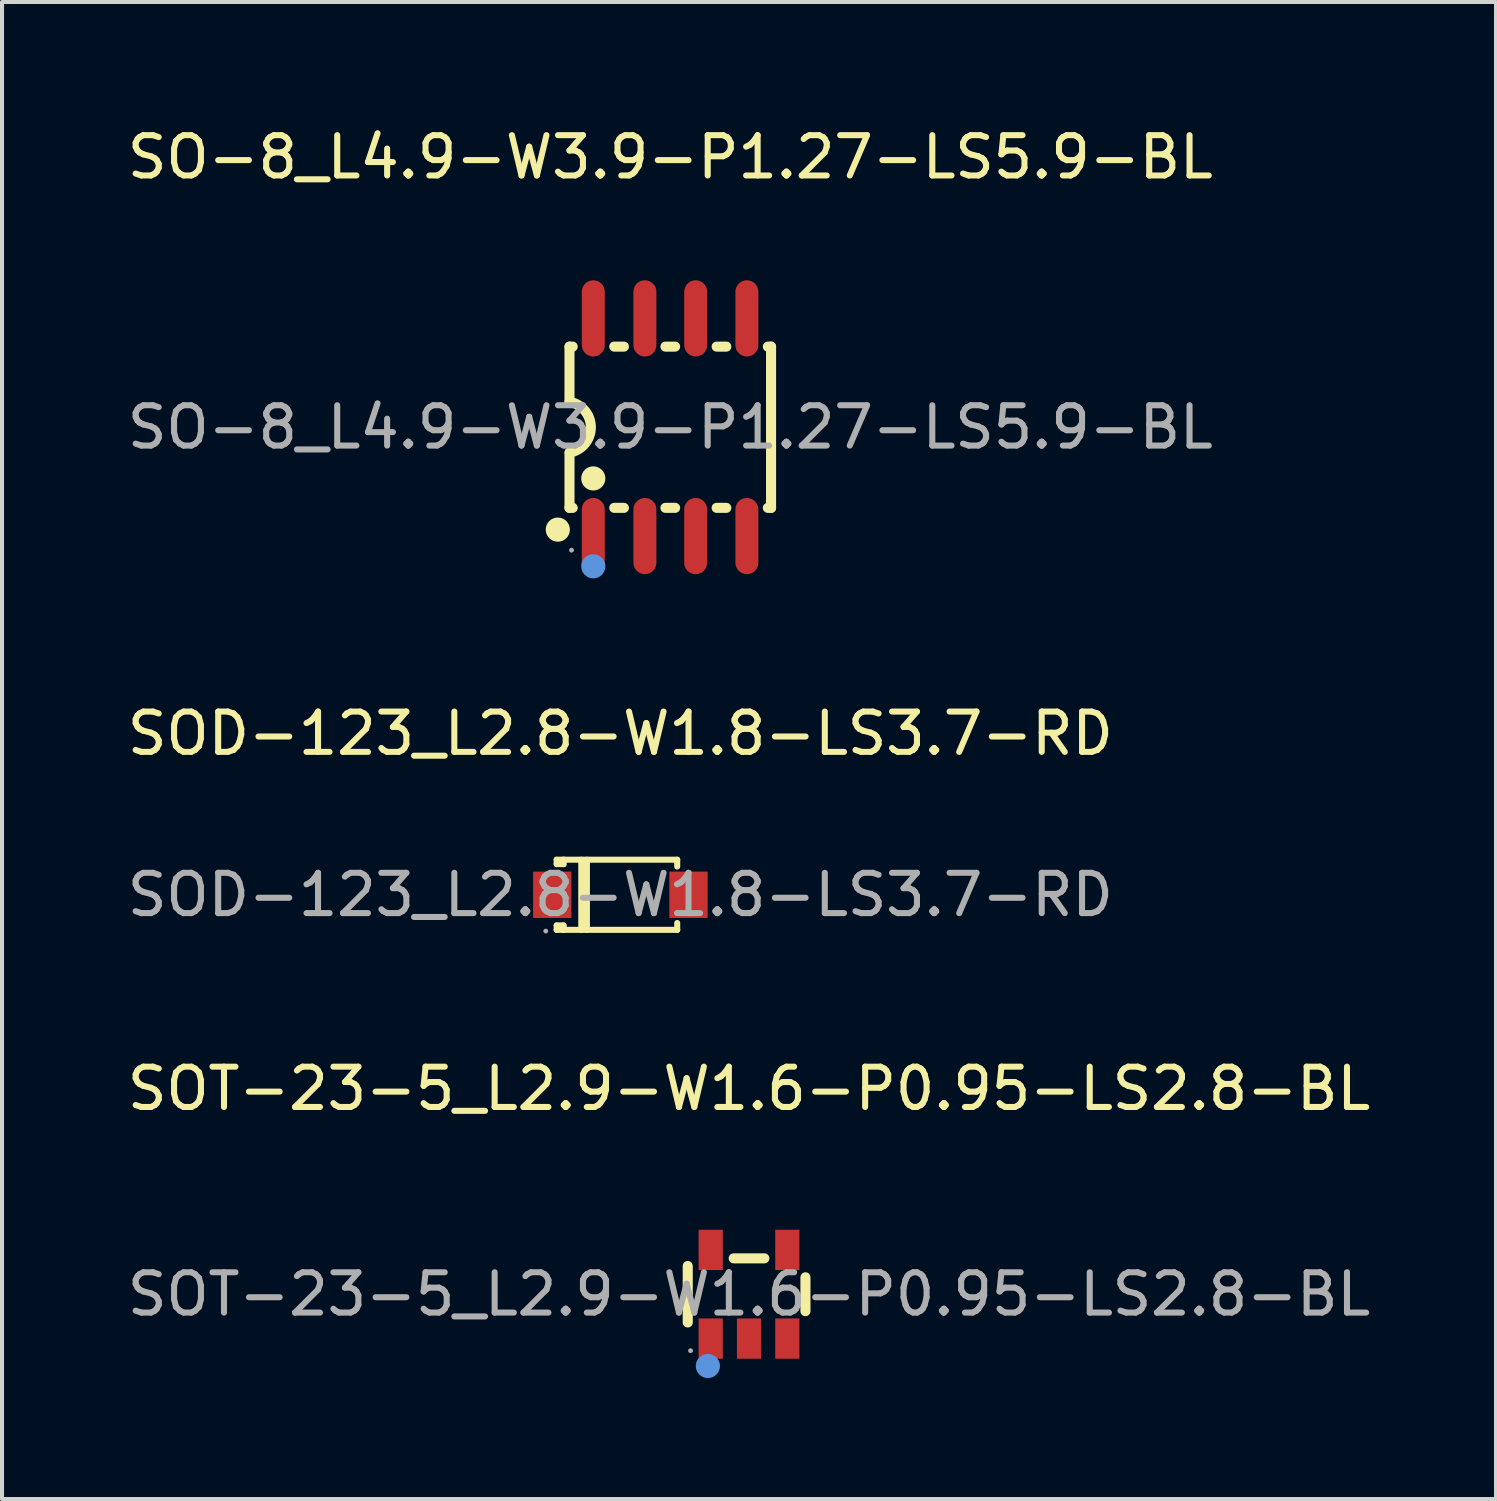
<source format=kicad_pcb>
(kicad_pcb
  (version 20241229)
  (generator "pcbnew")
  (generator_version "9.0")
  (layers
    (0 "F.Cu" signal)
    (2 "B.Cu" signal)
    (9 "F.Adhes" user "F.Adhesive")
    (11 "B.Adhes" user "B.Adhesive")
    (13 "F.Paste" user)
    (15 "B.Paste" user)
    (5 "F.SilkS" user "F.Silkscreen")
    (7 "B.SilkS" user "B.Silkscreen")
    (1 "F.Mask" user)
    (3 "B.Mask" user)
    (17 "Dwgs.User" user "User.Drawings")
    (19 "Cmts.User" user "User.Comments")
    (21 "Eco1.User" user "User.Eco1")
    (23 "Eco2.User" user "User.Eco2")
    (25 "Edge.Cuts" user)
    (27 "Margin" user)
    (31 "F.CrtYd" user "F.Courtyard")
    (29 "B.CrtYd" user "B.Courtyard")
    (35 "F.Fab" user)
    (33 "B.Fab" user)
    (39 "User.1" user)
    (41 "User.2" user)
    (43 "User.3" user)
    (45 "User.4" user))
  (footprint "SOD-123_L2.8-W1.8-LS3.7-RD"
    (layer "F.Cu")
    (at 12.339 19.146)
    (property "Reference" "SOD-123_L2.8-W1.8-LS3.7-RD" (at 0 -4 0) (layer "F.SilkS") (effects (font (size 1 1) (thickness 0.15))))
    (attr smd)
    (fp_line (start -1.58 -0.87) (end -1.41 -0.87) (stroke (width 0.15) (type solid)) (layer "F.SilkS"))
    (fp_line (start -1.58 -0.76) (end -1.58 -0.87) (stroke (width 0.15) (type solid)) (layer "F.SilkS"))
    (fp_line (start -1.58 -0.76) (end -1.41 -0.76) (stroke (width 0.15) (type solid)) (layer "F.SilkS"))
    (fp_line (start -1.58 0.76) (end -1.41 0.76) (stroke (width 0.15) (type solid)) (layer "F.SilkS"))
    (fp_line (start -1.58 0.87) (end -1.58 0.76) (stroke (width 0.15) (type solid)) (layer "F.SilkS"))
    (fp_line (start -1.41 -0.87) (end -1.41 -0.76) (stroke (width 0.15) (type solid)) (layer "F.SilkS"))
    (fp_line (start -1.41 -0.87) (end 1.41 -0.87) (stroke (width 0.15) (type solid)) (layer "F.SilkS"))
    (fp_line (start -1.41 0.76) (end -1.41 0.87) (stroke (width 0.15) (type solid)) (layer "F.SilkS"))
    (fp_line (start -1.41 0.87) (end -1.58 0.87) (stroke (width 0.15) (type solid)) (layer "F.SilkS"))
    (fp_line (start -1.41 0.87) (end 1.41 0.87) (stroke (width 0.15) (type solid)) (layer "F.SilkS"))
    (fp_line (start -0.97 -0.87) (end -0.97 0.87) (stroke (width 0.15) (type solid)) (layer "F.SilkS"))
    (fp_line (start -0.83 -0.87) (end -0.83 0.87) (stroke (width 0.15) (type solid)) (layer "F.SilkS"))
    (fp_line (start 1.41 -0.87) (end 1.41 -0.7) (stroke (width 0.15) (type solid)) (layer "F.SilkS"))
    (fp_line (start 1.41 0.87) (end 1.41 0.7) (stroke (width 0.15) (type solid)) (layer "F.SilkS"))
    (fp_circle (center -1.85 0.9) (end -1.82 0.9) (stroke (width 0.06) (type solid)) (fill no) (layer "F.Fab"))
    (fp_text user "${REFERENCE}" (at 0 0 0) (layer "F.Fab") (effects (font (size 1 1) (thickness 0.15))))
    (pad "1" smd rect (at -1.69 0) (size 0.95 1.15) (layers "F.Cu" "F.Mask" "F.Paste"))
    (pad "2" smd rect (at 1.69 0) (size 0.95 1.15) (layers "F.Cu" "F.Mask" "F.Paste")))
  (footprint "SOT-23-5_L2.9-W1.6-P0.95-LS2.8-BL"
    (layer "F.Cu")
    (at 15.53 29.055)
    (property "Reference" "SOT-23-5_L2.9-W1.6-P0.95-LS2.8-BL" (at 0 -5.1 0) (layer "F.SilkS") (effects (font (size 1 1) (thickness 0.15))))
    (attr smd)
    (fp_line (start -1.52 -0.7) (end -1.52 0.7) (stroke (width 0.25) (type solid)) (layer "F.SilkS"))
    (fp_line (start -0.38 -0.89) (end 0.38 -0.89) (stroke (width 0.25) (type solid)) (layer "F.SilkS"))
    (fp_line (start 1.4 -0.42) (end 1.4 0.42) (stroke (width 0.25) (type solid)) (layer "F.SilkS"))
    (fp_circle (center -1.02 1.78) (end -0.87 1.78) (stroke (width 0.3) (type solid)) (fill no) (layer "Cmts.User"))
    (fp_circle (center -1.45 1.4) (end -1.42 1.4) (stroke (width 0.06) (type solid)) (fill no) (layer "F.Fab"))
    (fp_text user "${REFERENCE}" (at 0 0 0) (layer "F.Fab") (effects (font (size 1 1) (thickness 0.15))))
    (pad "1" smd rect (at -0.95 1.1) (size 0.6 1) (layers "F.Cu" "F.Mask" "F.Paste"))
    (pad "2" smd rect (at 0 1.1) (size 0.6 1) (layers "F.Cu" "F.Mask" "F.Paste"))
    (pad "3" smd rect (at 0.95 1.1) (size 0.6 1) (layers "F.Cu" "F.Mask" "F.Paste"))
    (pad "4" smd rect (at 0.95 -1.1) (size 0.6 1) (layers "F.Cu" "F.Mask" "F.Paste"))
    (pad "5" smd rect (at -0.95 -1.1) (size 0.6 1) (layers "F.Cu" "F.Mask" "F.Paste")))
  (footprint "SO-8_L4.9-W3.9-P1.27-LS5.9-BL"
    (layer "F.Cu")
    (at 13.577 7.548)
    (property "Reference" "SO-8_L4.9-W3.9-P1.27-LS5.9-BL" (at 0 -6.7 0) (layer "F.SilkS") (effects (font (size 1 1) (thickness 0.15))))
    (attr smd)
    (fp_line (start -2.5 -2) (end -2.5 -0.63) (stroke (width 0.25) (type solid)) (layer "F.SilkS"))
    (fp_line (start -2.5 -2) (end -2.42 -2) (stroke (width 0.25) (type solid)) (layer "F.SilkS"))
    (fp_line (start -2.5 2) (end -2.5 0.63) (stroke (width 0.25) (type solid)) (layer "F.SilkS"))
    (fp_line (start -2.5 2) (end -2.42 2) (stroke (width 0.25) (type solid)) (layer "F.SilkS"))
    (fp_line (start -1.39 -2) (end -1.15 -2) (stroke (width 0.25) (type solid)) (layer "F.SilkS"))
    (fp_line (start -1.39 2) (end -1.15 2) (stroke (width 0.25) (type solid)) (layer "F.SilkS"))
    (fp_line (start -0.12 -2) (end 0.12 -2) (stroke (width 0.25) (type solid)) (layer "F.SilkS"))
    (fp_line (start -0.12 2) (end 0.12 2) (stroke (width 0.25) (type solid)) (layer "F.SilkS"))
    (fp_line (start 1.15 -2) (end 1.39 -2) (stroke (width 0.25) (type solid)) (layer "F.SilkS"))
    (fp_line (start 1.15 2) (end 1.39 2) (stroke (width 0.25) (type solid)) (layer "F.SilkS"))
    (fp_line (start 2.42 -2) (end 2.5 -2) (stroke (width 0.25) (type solid)) (layer "F.SilkS"))
    (fp_line (start 2.42 2) (end 2.5 2) (stroke (width 0.25) (type solid)) (layer "F.SilkS"))
    (fp_line (start 2.5 -2) (end 2.5 2) (stroke (width 0.25) (type solid)) (layer "F.SilkS"))
    (fp_arc (start -2.5 -0.63) (mid -1.970474 -0.002632) (end -2.494818 0.629073) (stroke (width 0.25) (type solid)) (layer "F.SilkS"))
    (fp_circle (center -2.79 2.54) (end -2.64 2.54) (stroke (width 0.3) (type solid)) (fill no) (layer "F.SilkS"))
    (fp_circle (center -1.91 1.27) (end -1.76 1.27) (stroke (width 0.3) (type solid)) (fill no) (layer "F.SilkS"))
    (fp_circle (center -1.91 3.45) (end -1.76 3.45) (stroke (width 0.3) (type solid)) (fill no) (layer "Cmts.User"))
    (fp_circle (center -2.45 3.05) (end -2.42 3.05) (stroke (width 0.06) (type solid)) (fill no) (layer "F.Fab"))
    (fp_text user "${REFERENCE}" (at 0 0 0) (layer "F.Fab") (effects (font (size 1 1) (thickness 0.15))))
    (pad "1" smd oval (at -1.91 2.7) (size 0.57 1.89) (layers "F.Cu" "F.Mask" "F.Paste"))
    (pad "2" smd oval (at -0.63 2.7) (size 0.57 1.89) (layers "F.Cu" "F.Mask" "F.Paste"))
    (pad "3" smd oval (at 0.63 2.7) (size 0.57 1.89) (layers "F.Cu" "F.Mask" "F.Paste"))
    (pad "4" smd oval (at 1.9 2.7) (size 0.57 1.89) (layers "F.Cu" "F.Mask" "F.Paste"))
    (pad "5" smd oval (at 1.9 -2.7) (size 0.57 1.89) (layers "F.Cu" "F.Mask" "F.Paste"))
    (pad "6" smd oval (at 0.63 -2.7) (size 0.57 1.89) (layers "F.Cu" "F.Mask" "F.Paste"))
    (pad "7" smd oval (at -0.63 -2.7) (size 0.57 1.89) (layers "F.Cu" "F.Mask" "F.Paste"))
    (pad "8" smd oval (at -1.91 -2.7) (size 0.57 1.89) (layers "F.Cu" "F.Mask" "F.Paste")))
  (gr_rect
    (start -3 -3)
    (end 34.06 34.135)
    (stroke (width 0.1) (type default))
    (fill no)
    (layer "Edge.Cuts")))
</source>
